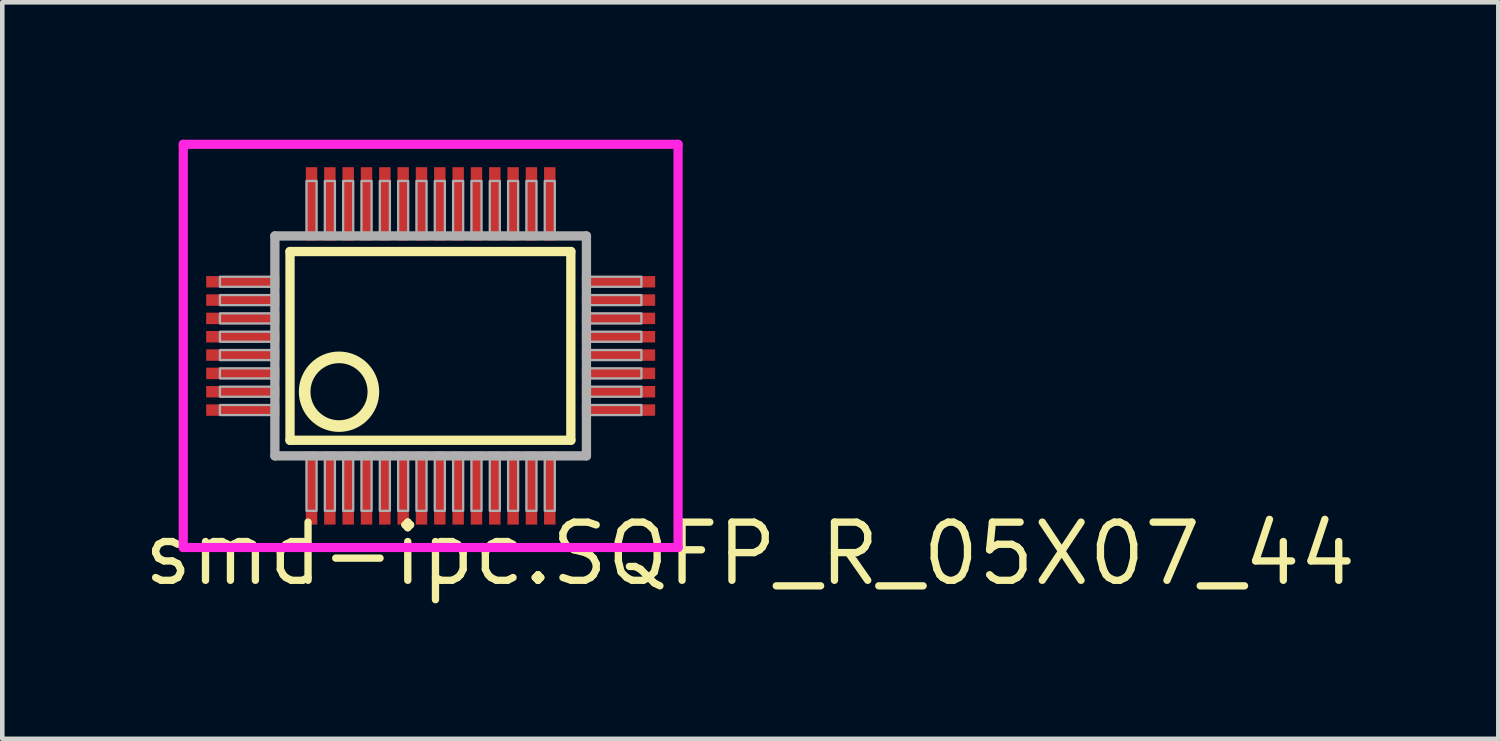
<source format=kicad_pcb>
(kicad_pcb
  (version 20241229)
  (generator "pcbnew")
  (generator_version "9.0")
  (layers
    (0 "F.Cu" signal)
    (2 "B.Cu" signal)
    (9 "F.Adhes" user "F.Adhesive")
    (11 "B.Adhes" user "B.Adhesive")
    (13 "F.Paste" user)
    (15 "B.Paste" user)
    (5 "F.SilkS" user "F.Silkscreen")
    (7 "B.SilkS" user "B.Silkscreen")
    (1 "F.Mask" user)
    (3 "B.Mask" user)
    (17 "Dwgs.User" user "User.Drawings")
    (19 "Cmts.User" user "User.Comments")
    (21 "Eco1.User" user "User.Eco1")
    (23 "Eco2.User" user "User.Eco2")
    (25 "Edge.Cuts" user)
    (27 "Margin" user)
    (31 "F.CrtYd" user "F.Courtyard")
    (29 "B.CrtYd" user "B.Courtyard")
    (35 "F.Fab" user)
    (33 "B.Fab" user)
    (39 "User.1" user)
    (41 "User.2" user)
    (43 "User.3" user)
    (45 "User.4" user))
  (footprint "smd-ipc.SQFP_R_05X07_44"
    (layer "F.Cu")
    (at 6.35 4.5)
    (property "Reference" "smd-ipc.SQFP_R_05X07_44" (at -6.35 5.28 0) (layer "F.SilkS") (effects (font (size 1.27 1.27) (thickness 0.16)) (justify left bottom)))
    (attr smd)
    (fp_line (start -3.07 -2.06) (end 3.06 -2.06) (stroke (width 0.203) (type default)) (layer "F.SilkS"))
    (fp_line (start -3.07 2.06) (end -3.07 -2.06) (stroke (width 0.203) (type default)) (layer "F.SilkS"))
    (fp_line (start 3.06 -2.06) (end 3.06 2.06) (stroke (width 0.203) (type default)) (layer "F.SilkS"))
    (fp_line (start 3.06 2.06) (end -3.07 2.06) (stroke (width 0.203) (type default)) (layer "F.SilkS"))
    (fp_circle (center -2 1) (end -1.25 1) (stroke (width 0.254) (type default)) (fill no) (layer "F.SilkS"))
    (fp_line (start -5.4 -4.4) (end 5.4 -4.4) (stroke (width 0.2) (type default)) (layer "F.CrtYd"))
    (fp_line (start -5.4 4.4) (end -5.4 -4.4) (stroke (width 0.2) (type default)) (layer "F.CrtYd"))
    (fp_line (start 5.4 -4.4) (end 5.4 4.4) (stroke (width 0.2) (type default)) (layer "F.CrtYd"))
    (fp_line (start 5.4 4.4) (end -5.4 4.4) (stroke (width 0.2) (type default)) (layer "F.CrtYd"))
    (fp_line (start -3.4 -2.4) (end -3.4 2.4) (stroke (width 0.203) (type default)) (layer "F.Fab"))
    (fp_line (start -3.4 2.4) (end 3.4 2.4) (stroke (width 0.203) (type default)) (layer "F.Fab"))
    (fp_line (start 3.4 -2.4) (end -3.4 -2.4) (stroke (width 0.203) (type default)) (layer "F.Fab"))
    (fp_line (start 3.4 2.4) (end 3.4 -2.4) (stroke (width 0.203) (type default)) (layer "F.Fab"))
    (fp_rect (start -4.6 -1.29) (end -3.45 -1.51) (stroke (width 0.05) (type default)) (fill no) (layer "F.Fab"))
    (fp_rect (start -4.6 -0.89) (end -3.45 -1.11) (stroke (width 0.05) (type default)) (fill no) (layer "F.Fab"))
    (fp_rect (start -4.6 -0.49) (end -3.45 -0.71) (stroke (width 0.05) (type default)) (fill no) (layer "F.Fab"))
    (fp_rect (start -4.6 -0.09) (end -3.45 -0.31) (stroke (width 0.05) (type default)) (fill no) (layer "F.Fab"))
    (fp_rect (start -4.6 0.31) (end -3.45 0.09) (stroke (width 0.05) (type default)) (fill no) (layer "F.Fab"))
    (fp_rect (start -4.6 0.71) (end -3.45 0.49) (stroke (width 0.05) (type default)) (fill no) (layer "F.Fab"))
    (fp_rect (start -4.6 1.11) (end -3.45 0.89) (stroke (width 0.05) (type default)) (fill no) (layer "F.Fab"))
    (fp_rect (start -4.6 1.51) (end -3.45 1.29) (stroke (width 0.05) (type default)) (fill no) (layer "F.Fab"))
    (fp_rect (start -2.71 -2.45) (end -2.49 -3.6) (stroke (width 0.05) (type default)) (fill no) (layer "F.Fab"))
    (fp_rect (start -2.71 3.6) (end -2.49 2.45) (stroke (width 0.05) (type default)) (fill no) (layer "F.Fab"))
    (fp_rect (start -2.31 -2.45) (end -2.09 -3.6) (stroke (width 0.05) (type default)) (fill no) (layer "F.Fab"))
    (fp_rect (start -2.31 3.6) (end -2.09 2.45) (stroke (width 0.05) (type default)) (fill no) (layer "F.Fab"))
    (fp_rect (start -1.91 -2.45) (end -1.69 -3.6) (stroke (width 0.05) (type default)) (fill no) (layer "F.Fab"))
    (fp_rect (start -1.91 3.6) (end -1.69 2.45) (stroke (width 0.05) (type default)) (fill no) (layer "F.Fab"))
    (fp_rect (start -1.51 -2.45) (end -1.29 -3.6) (stroke (width 0.05) (type default)) (fill no) (layer "F.Fab"))
    (fp_rect (start -1.51 3.6) (end -1.29 2.45) (stroke (width 0.05) (type default)) (fill no) (layer "F.Fab"))
    (fp_rect (start -1.11 -2.45) (end -0.89 -3.6) (stroke (width 0.05) (type default)) (fill no) (layer "F.Fab"))
    (fp_rect (start -1.11 3.6) (end -0.89 2.45) (stroke (width 0.05) (type default)) (fill no) (layer "F.Fab"))
    (fp_rect (start -0.71 -2.45) (end -0.49 -3.6) (stroke (width 0.05) (type default)) (fill no) (layer "F.Fab"))
    (fp_rect (start -0.71 3.6) (end -0.49 2.45) (stroke (width 0.05) (type default)) (fill no) (layer "F.Fab"))
    (fp_rect (start -0.31 -2.45) (end -0.09 -3.6) (stroke (width 0.05) (type default)) (fill no) (layer "F.Fab"))
    (fp_rect (start -0.31 3.6) (end -0.09 2.45) (stroke (width 0.05) (type default)) (fill no) (layer "F.Fab"))
    (fp_rect (start 0.09 -2.45) (end 0.31 -3.6) (stroke (width 0.05) (type default)) (fill no) (layer "F.Fab"))
    (fp_rect (start 0.09 3.6) (end 0.31 2.45) (stroke (width 0.05) (type default)) (fill no) (layer "F.Fab"))
    (fp_rect (start 0.49 -2.45) (end 0.71 -3.6) (stroke (width 0.05) (type default)) (fill no) (layer "F.Fab"))
    (fp_rect (start 0.49 3.6) (end 0.71 2.45) (stroke (width 0.05) (type default)) (fill no) (layer "F.Fab"))
    (fp_rect (start 0.89 -2.45) (end 1.11 -3.6) (stroke (width 0.05) (type default)) (fill no) (layer "F.Fab"))
    (fp_rect (start 0.89 3.6) (end 1.11 2.45) (stroke (width 0.05) (type default)) (fill no) (layer "F.Fab"))
    (fp_rect (start 1.29 -2.45) (end 1.51 -3.6) (stroke (width 0.05) (type default)) (fill no) (layer "F.Fab"))
    (fp_rect (start 1.29 3.6) (end 1.51 2.45) (stroke (width 0.05) (type default)) (fill no) (layer "F.Fab"))
    (fp_rect (start 1.69 -2.45) (end 1.91 -3.6) (stroke (width 0.05) (type default)) (fill no) (layer "F.Fab"))
    (fp_rect (start 1.69 3.6) (end 1.91 2.45) (stroke (width 0.05) (type default)) (fill no) (layer "F.Fab"))
    (fp_rect (start 2.09 -2.45) (end 2.31 -3.6) (stroke (width 0.05) (type default)) (fill no) (layer "F.Fab"))
    (fp_rect (start 2.09 3.6) (end 2.31 2.45) (stroke (width 0.05) (type default)) (fill no) (layer "F.Fab"))
    (fp_rect (start 2.49 -2.45) (end 2.71 -3.6) (stroke (width 0.05) (type default)) (fill no) (layer "F.Fab"))
    (fp_rect (start 2.49 3.6) (end 2.71 2.45) (stroke (width 0.05) (type default)) (fill no) (layer "F.Fab"))
    (fp_rect (start 3.45 -1.29) (end 4.6 -1.51) (stroke (width 0.05) (type default)) (fill no) (layer "F.Fab"))
    (fp_rect (start 3.45 -0.89) (end 4.6 -1.11) (stroke (width 0.05) (type default)) (fill no) (layer "F.Fab"))
    (fp_rect (start 3.45 -0.49) (end 4.6 -0.71) (stroke (width 0.05) (type default)) (fill no) (layer "F.Fab"))
    (fp_rect (start 3.45 -0.09) (end 4.6 -0.31) (stroke (width 0.05) (type default)) (fill no) (layer "F.Fab"))
    (fp_rect (start 3.45 0.31) (end 4.6 0.09) (stroke (width 0.05) (type default)) (fill no) (layer "F.Fab"))
    (fp_rect (start 3.45 0.71) (end 4.6 0.49) (stroke (width 0.05) (type default)) (fill no) (layer "F.Fab"))
    (fp_rect (start 3.45 1.11) (end 4.6 0.89) (stroke (width 0.05) (type default)) (fill no) (layer "F.Fab"))
    (fp_rect (start 3.45 1.51) (end 4.6 1.29) (stroke (width 0.05) (type default)) (fill no) (layer "F.Fab"))
    (pad "1" smd roundrect (at -2.6 3.1) (size 0.25 1.6) (layers "F.Cu" "F.Mask" "F.Paste") (roundrect_rratio 0.01))
    (pad "2" smd roundrect (at -2.2 3.1) (size 0.25 1.6) (layers "F.Cu" "F.Mask" "F.Paste") (roundrect_rratio 0.01))
    (pad "3" smd roundrect (at -1.8 3.1) (size 0.25 1.6) (layers "F.Cu" "F.Mask" "F.Paste") (roundrect_rratio 0.01))
    (pad "4" smd roundrect (at -1.4 3.1) (size 0.25 1.6) (layers "F.Cu" "F.Mask" "F.Paste") (roundrect_rratio 0.01))
    (pad "5" smd roundrect (at -1 3.1) (size 0.25 1.6) (layers "F.Cu" "F.Mask" "F.Paste") (roundrect_rratio 0.01))
    (pad "6" smd roundrect (at -0.6 3.1) (size 0.25 1.6) (layers "F.Cu" "F.Mask" "F.Paste") (roundrect_rratio 0.01))
    (pad "7" smd roundrect (at -0.2 3.1) (size 0.25 1.6) (layers "F.Cu" "F.Mask" "F.Paste") (roundrect_rratio 0.01))
    (pad "8" smd roundrect (at 0.2 3.1) (size 0.25 1.6) (layers "F.Cu" "F.Mask" "F.Paste") (roundrect_rratio 0.01))
    (pad "9" smd roundrect (at 0.6 3.1) (size 0.25 1.6) (layers "F.Cu" "F.Mask" "F.Paste") (roundrect_rratio 0.01))
    (pad "10" smd roundrect (at 1 3.1) (size 0.25 1.6) (layers "F.Cu" "F.Mask" "F.Paste") (roundrect_rratio 0.01))
    (pad "11" smd roundrect (at 1.4 3.1) (size 0.25 1.6) (layers "F.Cu" "F.Mask" "F.Paste") (roundrect_rratio 0.01))
    (pad "12" smd roundrect (at 1.8 3.1) (size 0.25 1.6) (layers "F.Cu" "F.Mask" "F.Paste") (roundrect_rratio 0.01))
    (pad "13" smd roundrect (at 2.2 3.1) (size 0.25 1.6) (layers "F.Cu" "F.Mask" "F.Paste") (roundrect_rratio 0.01))
    (pad "14" smd roundrect (at 2.6 3.1) (size 0.25 1.6) (layers "F.Cu" "F.Mask" "F.Paste") (roundrect_rratio 0.01))
    (pad "15" smd roundrect (at 4.1 1.4) (size 1.6 0.25) (layers "F.Cu" "F.Mask" "F.Paste") (roundrect_rratio 0.01))
    (pad "16" smd roundrect (at 4.1 1) (size 1.6 0.25) (layers "F.Cu" "F.Mask" "F.Paste") (roundrect_rratio 0.01))
    (pad "17" smd roundrect (at 4.1 0.6) (size 1.6 0.25) (layers "F.Cu" "F.Mask" "F.Paste") (roundrect_rratio 0.01))
    (pad "18" smd roundrect (at 4.1 0.2) (size 1.6 0.25) (layers "F.Cu" "F.Mask" "F.Paste") (roundrect_rratio 0.01))
    (pad "19" smd roundrect (at 4.1 -0.2) (size 1.6 0.25) (layers "F.Cu" "F.Mask" "F.Paste") (roundrect_rratio 0.01))
    (pad "20" smd roundrect (at 4.1 -0.6) (size 1.6 0.25) (layers "F.Cu" "F.Mask" "F.Paste") (roundrect_rratio 0.01))
    (pad "21" smd roundrect (at 4.1 -1) (size 1.6 0.25) (layers "F.Cu" "F.Mask" "F.Paste") (roundrect_rratio 0.01))
    (pad "22" smd roundrect (at 4.1 -1.4) (size 1.6 0.25) (layers "F.Cu" "F.Mask" "F.Paste") (roundrect_rratio 0.01))
    (pad "23" smd roundrect (at 2.6 -3.1) (size 0.25 1.6) (layers "F.Cu" "F.Mask" "F.Paste") (roundrect_rratio 0.01))
    (pad "24" smd roundrect (at 2.2 -3.1) (size 0.25 1.6) (layers "F.Cu" "F.Mask" "F.Paste") (roundrect_rratio 0.01))
    (pad "25" smd roundrect (at 1.8 -3.1) (size 0.25 1.6) (layers "F.Cu" "F.Mask" "F.Paste") (roundrect_rratio 0.01))
    (pad "26" smd roundrect (at 1.4 -3.1) (size 0.25 1.6) (layers "F.Cu" "F.Mask" "F.Paste") (roundrect_rratio 0.01))
    (pad "27" smd roundrect (at 1 -3.1) (size 0.25 1.6) (layers "F.Cu" "F.Mask" "F.Paste") (roundrect_rratio 0.01))
    (pad "28" smd roundrect (at 0.6 -3.1) (size 0.25 1.6) (layers "F.Cu" "F.Mask" "F.Paste") (roundrect_rratio 0.01))
    (pad "29" smd roundrect (at 0.2 -3.1) (size 0.25 1.6) (layers "F.Cu" "F.Mask" "F.Paste") (roundrect_rratio 0.01))
    (pad "30" smd roundrect (at -0.2 -3.1) (size 0.25 1.6) (layers "F.Cu" "F.Mask" "F.Paste") (roundrect_rratio 0.01))
    (pad "31" smd roundrect (at -0.6 -3.1) (size 0.25 1.6) (layers "F.Cu" "F.Mask" "F.Paste") (roundrect_rratio 0.01))
    (pad "32" smd roundrect (at -1 -3.1) (size 0.25 1.6) (layers "F.Cu" "F.Mask" "F.Paste") (roundrect_rratio 0.01))
    (pad "33" smd roundrect (at -1.4 -3.1) (size 0.25 1.6) (layers "F.Cu" "F.Mask" "F.Paste") (roundrect_rratio 0.01))
    (pad "34" smd roundrect (at -1.8 -3.1) (size 0.25 1.6) (layers "F.Cu" "F.Mask" "F.Paste") (roundrect_rratio 0.01))
    (pad "35" smd roundrect (at -2.2 -3.1) (size 0.25 1.6) (layers "F.Cu" "F.Mask" "F.Paste") (roundrect_rratio 0.01))
    (pad "36" smd roundrect (at -2.6 -3.1) (size 0.25 1.6) (layers "F.Cu" "F.Mask" "F.Paste") (roundrect_rratio 0.01))
    (pad "37" smd roundrect (at -4.1 -1.4) (size 1.6 0.25) (layers "F.Cu" "F.Mask" "F.Paste") (roundrect_rratio 0.01))
    (pad "38" smd roundrect (at -4.1 -1) (size 1.6 0.25) (layers "F.Cu" "F.Mask" "F.Paste") (roundrect_rratio 0.01))
    (pad "39" smd roundrect (at -4.1 -0.6) (size 1.6 0.25) (layers "F.Cu" "F.Mask" "F.Paste") (roundrect_rratio 0.01))
    (pad "40" smd roundrect (at -4.1 -0.2) (size 1.6 0.25) (layers "F.Cu" "F.Mask" "F.Paste") (roundrect_rratio 0.01))
    (pad "41" smd roundrect (at -4.1 0.2) (size 1.6 0.25) (layers "F.Cu" "F.Mask" "F.Paste") (roundrect_rratio 0.01))
    (pad "42" smd roundrect (at -4.1 0.6) (size 1.6 0.25) (layers "F.Cu" "F.Mask" "F.Paste") (roundrect_rratio 0.01))
    (pad "43" smd roundrect (at -4.1 1) (size 1.6 0.25) (layers "F.Cu" "F.Mask" "F.Paste") (roundrect_rratio 0.01))
    (pad "44" smd roundrect (at -4.1 1.4) (size 1.6 0.25) (layers "F.Cu" "F.Mask" "F.Paste") (roundrect_rratio 0.01)))
  (gr_rect
    (start -3 -3)
    (end 29.654 13.077)
    (stroke (width 0.1) (type default))
    (fill no)
    (layer "Edge.Cuts")))
</source>
